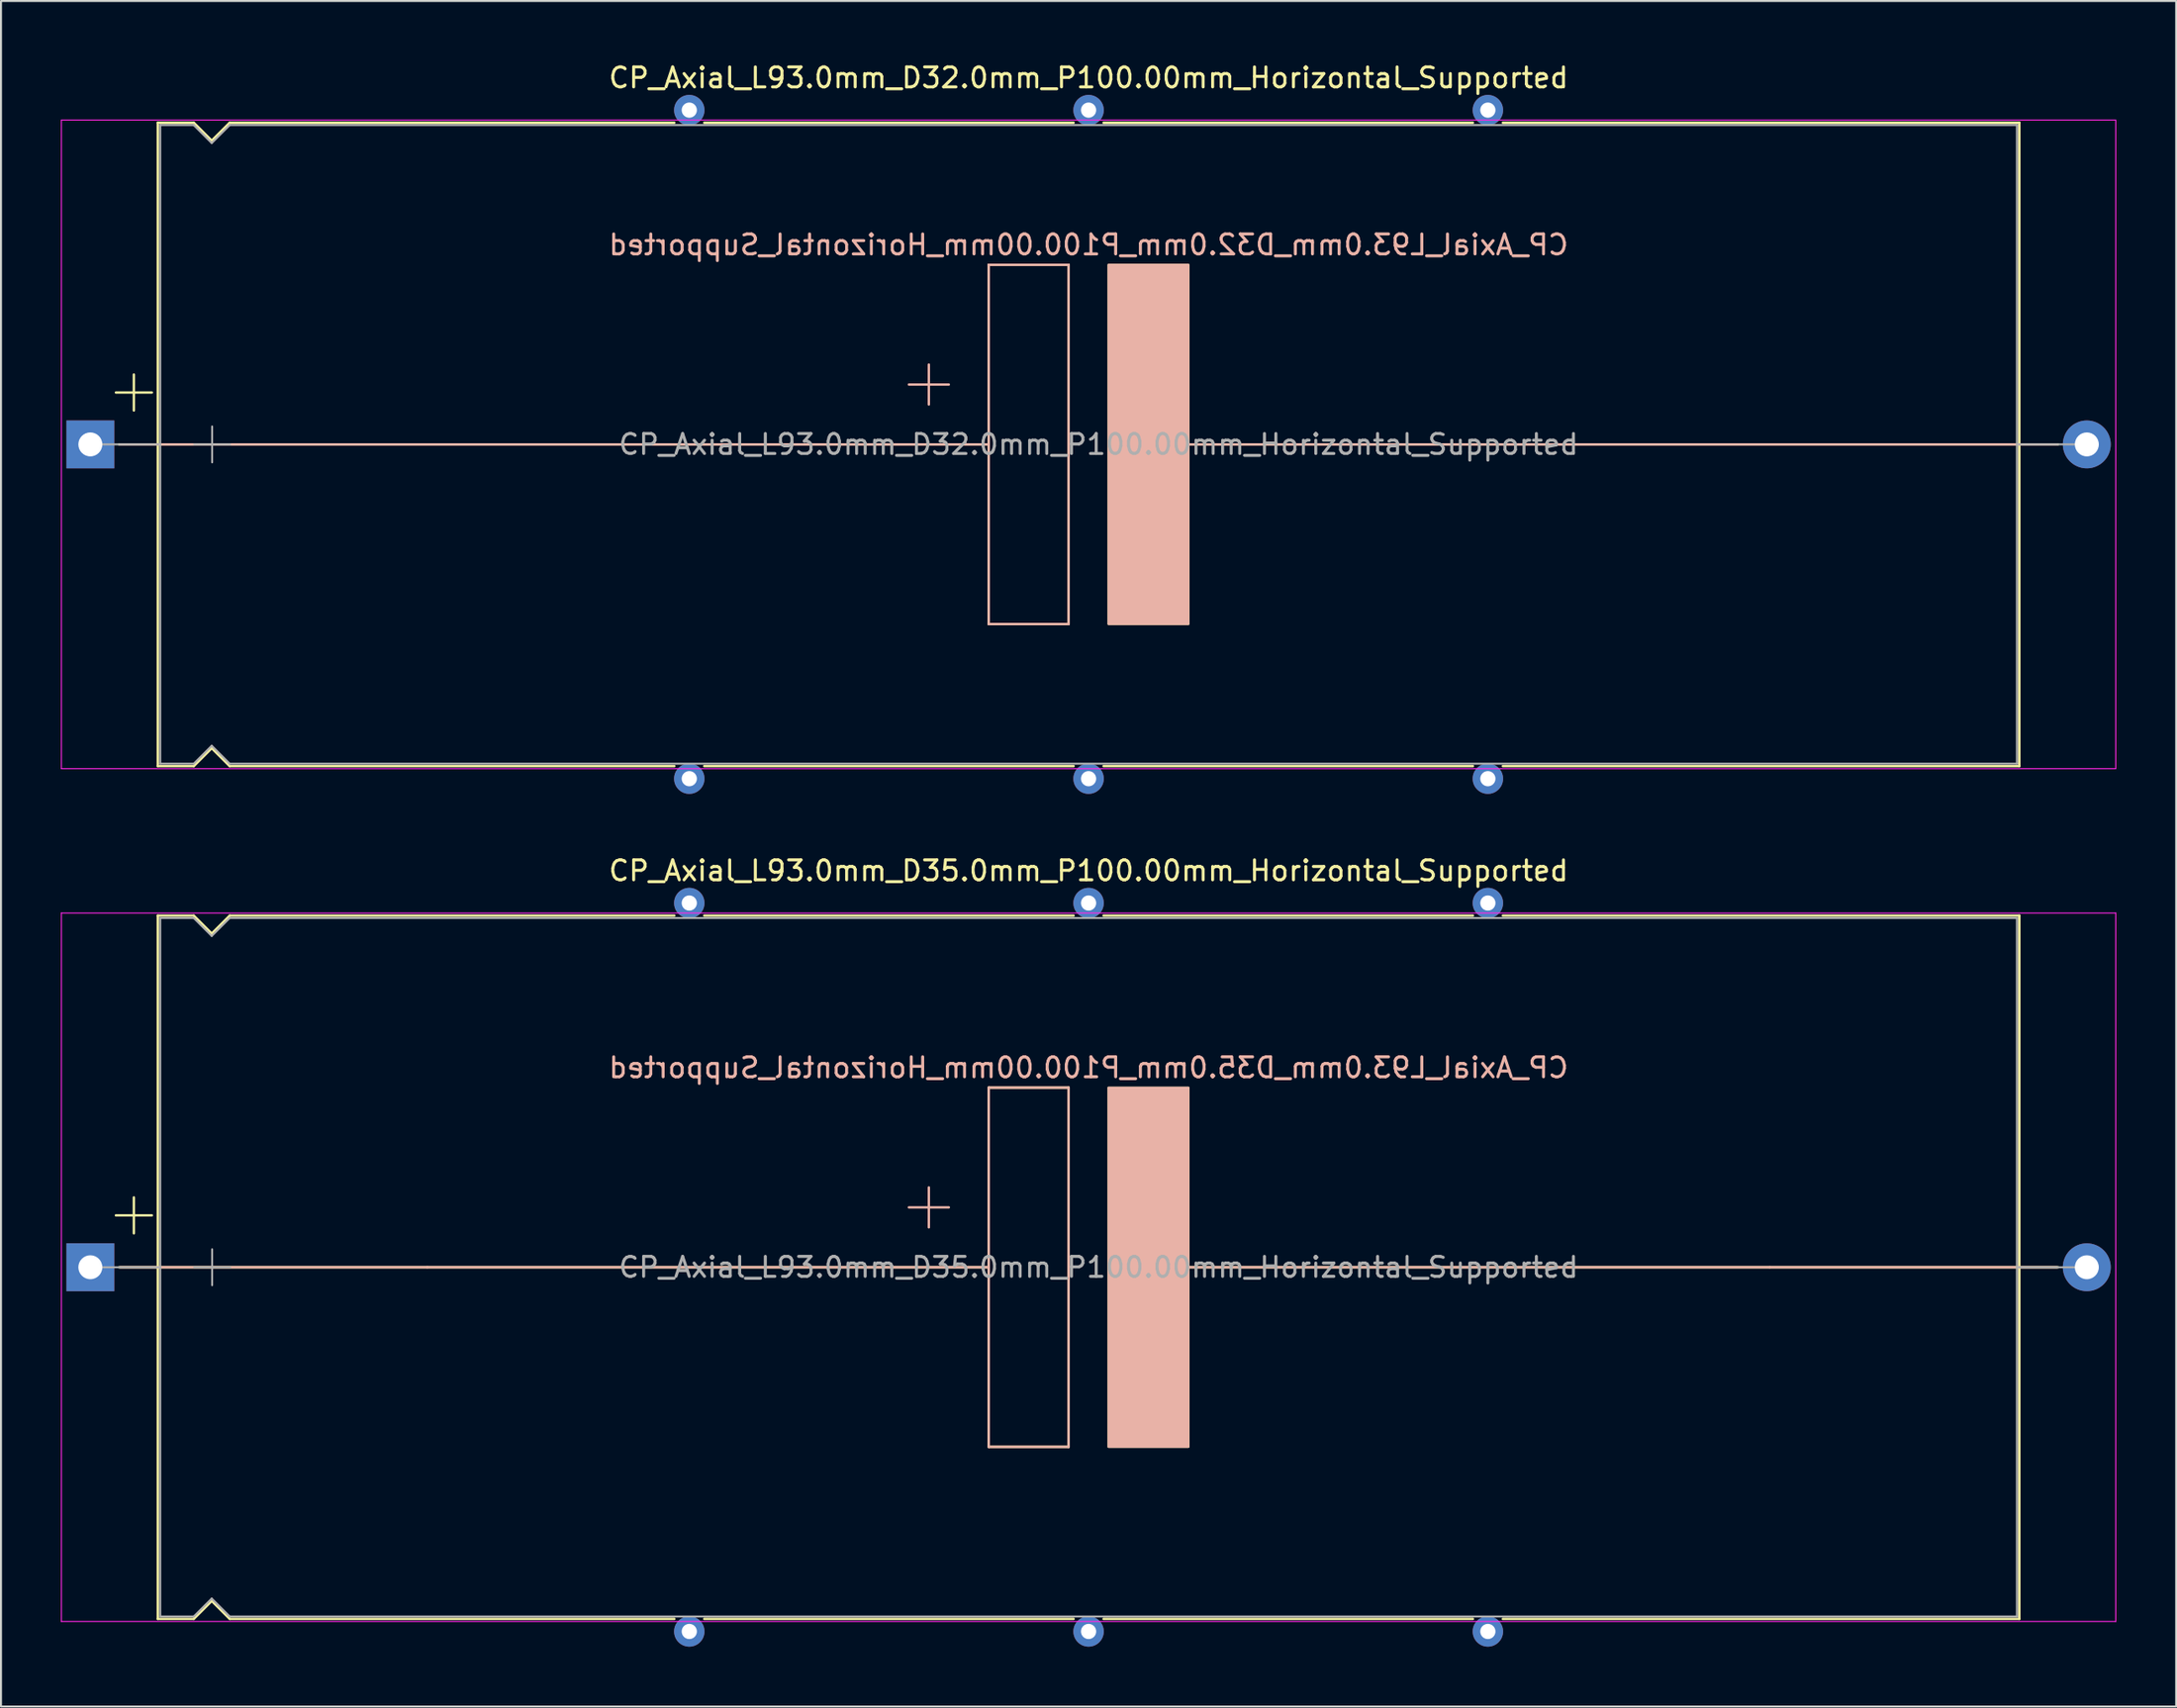
<source format=kicad_pcb>
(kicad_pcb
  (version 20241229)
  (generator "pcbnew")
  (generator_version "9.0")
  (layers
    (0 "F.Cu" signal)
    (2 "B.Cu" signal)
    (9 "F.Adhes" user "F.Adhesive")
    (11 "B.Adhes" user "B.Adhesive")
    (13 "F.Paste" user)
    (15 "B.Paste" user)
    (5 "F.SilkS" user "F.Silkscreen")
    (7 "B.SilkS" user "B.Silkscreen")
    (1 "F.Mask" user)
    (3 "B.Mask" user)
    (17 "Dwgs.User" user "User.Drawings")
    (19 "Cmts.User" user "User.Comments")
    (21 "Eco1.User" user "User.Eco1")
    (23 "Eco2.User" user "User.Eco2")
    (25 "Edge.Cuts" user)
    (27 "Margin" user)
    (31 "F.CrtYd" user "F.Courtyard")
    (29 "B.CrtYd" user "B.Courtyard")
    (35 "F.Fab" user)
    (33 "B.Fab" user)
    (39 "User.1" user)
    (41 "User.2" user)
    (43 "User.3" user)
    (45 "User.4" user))
  (footprint "CP_Axial_L93.0mm_D35.0mm_P100.00mm_Horizontal_Supported"
    (layer "F.Cu")
    (at 1.475 60.449)
    (property "Reference" "CP_Axial_L93.0mm_D35.0mm_P100.00mm_Horizontal_Supported" (at 50 -19.87 0) (layer "F.SilkS") (effects (font (size 1 1) (thickness 0.15))))
    (fp_line (start 1.28 -2.6) (end 3.08 -2.6) (stroke (width 0.12) (type solid)) (layer "F.SilkS"))
    (fp_line (start 1.44 0) (end 3.38 0) (stroke (width 0.12) (type solid)) (layer "F.SilkS"))
    (fp_line (start 2.18 -3.5) (end 2.18 -1.7) (stroke (width 0.12) (type solid)) (layer "F.SilkS"))
    (fp_line (start 3.365 0) (end 45 0) (stroke (width 0.12) (type solid)) (layer "F.SilkS"))
    (fp_line (start 3.38 -17.62) (end 3.38 17.62) (stroke (width 0.12) (type solid)) (layer "F.SilkS"))
    (fp_line (start 3.38 -17.62) (end 5.18 -17.62) (stroke (width 0.12) (type solid)) (layer "F.SilkS"))
    (fp_line (start 3.38 17.62) (end 5.18 17.62) (stroke (width 0.12) (type solid)) (layer "F.SilkS"))
    (fp_line (start 5.18 -17.62) (end 6.08 -16.72) (stroke (width 0.12) (type solid)) (layer "F.SilkS"))
    (fp_line (start 5.18 17.62) (end 6.08 16.72) (stroke (width 0.12) (type solid)) (layer "F.SilkS"))
    (fp_line (start 6.08 -16.72) (end 6.98 -17.62) (stroke (width 0.12) (type solid)) (layer "F.SilkS"))
    (fp_line (start 6.08 16.72) (end 6.98 17.62) (stroke (width 0.12) (type solid)) (layer "F.SilkS"))
    (fp_line (start 6.98 -17.62) (end 29.25 -17.62) (stroke (width 0.12) (type solid)) (layer "F.SilkS"))
    (fp_line (start 6.98 17.62) (end 29.25 17.62) (stroke (width 0.12) (type solid)) (layer "F.SilkS"))
    (fp_line (start 30.75 -17.62) (end 49.25 -17.62) (stroke (width 0.12) (type solid)) (layer "F.SilkS"))
    (fp_line (start 30.75 17.62) (end 49.25 17.62) (stroke (width 0.12) (type solid)) (layer "F.SilkS"))
    (fp_line (start 45 -9) (end 49 -9) (stroke (width 0.12) (type solid)) (layer "F.SilkS"))
    (fp_line (start 45 9) (end 45 -9) (stroke (width 0.12) (type solid)) (layer "F.SilkS"))
    (fp_line (start 49 -9) (end 49 9) (stroke (width 0.12) (type solid)) (layer "F.SilkS"))
    (fp_line (start 49 9) (end 45 9) (stroke (width 0.12) (type solid)) (layer "F.SilkS"))
    (fp_line (start 50.75 -17.62) (end 69.25 -17.62) (stroke (width 0.12) (type solid)) (layer "F.SilkS"))
    (fp_line (start 50.75 17.62) (end 69.25 17.62) (stroke (width 0.12) (type solid)) (layer "F.SilkS"))
    (fp_line (start 54.5 0) (end 96.62 0) (stroke (width 0.12) (type solid)) (layer "F.SilkS"))
    (fp_line (start 70.75 -17.62) (end 96.62 -17.62) (stroke (width 0.12) (type solid)) (layer "F.SilkS"))
    (fp_line (start 70.75 17.62) (end 96.62 17.62) (stroke (width 0.12) (type solid)) (layer "F.SilkS"))
    (fp_line (start 96.62 -17.62) (end 96.62 17.62) (stroke (width 0.12) (type solid)) (layer "F.SilkS"))
    (fp_line (start 98.56 0) (end 96.62 0) (stroke (width 0.12) (type solid)) (layer "F.SilkS"))
    (fp_poly (pts (xy 55 9) (xy 51 9) (xy 51 -9) (xy 55 -9)) (stroke (width 0.1) (type solid)) (fill yes) (layer "F.SilkS"))
    (fp_line (start 1.5 0) (end 16.88 0) (stroke (width 0.12) (type solid)) (layer "B.SilkS"))
    (fp_line (start 16.88 0) (end 45 0) (stroke (width 0.12) (type solid)) (layer "B.SilkS"))
    (fp_line (start 42 -2) (end 42 -4) (stroke (width 0.12) (type solid)) (layer "B.SilkS"))
    (fp_line (start 43 -3) (end 41 -3) (stroke (width 0.12) (type solid)) (layer "B.SilkS"))
    (fp_line (start 45 -9) (end 49 -9) (stroke (width 0.12) (type solid)) (layer "B.SilkS"))
    (fp_line (start 45 9) (end 45 -9) (stroke (width 0.12) (type solid)) (layer "B.SilkS"))
    (fp_line (start 49 -9) (end 49 9) (stroke (width 0.12) (type solid)) (layer "B.SilkS"))
    (fp_line (start 49 9) (end 45 9) (stroke (width 0.12) (type solid)) (layer "B.SilkS"))
    (fp_line (start 55 0) (end 84.12 0) (stroke (width 0.12) (type solid)) (layer "B.SilkS"))
    (fp_line (start 98.5 0) (end 84.12 0) (stroke (width 0.12) (type solid)) (layer "B.SilkS"))
    (fp_poly (pts (xy 55 9) (xy 51 9) (xy 51 -9) (xy 55 -9)) (stroke (width 0.1) (type solid)) (fill yes) (layer "B.SilkS"))
    (fp_line (start -1.45 -17.75) (end -1.45 17.75) (stroke (width 0.05) (type solid)) (layer "F.CrtYd"))
    (fp_line (start -1.45 17.75) (end 101.45 17.75) (stroke (width 0.05) (type solid)) (layer "F.CrtYd"))
    (fp_line (start 101.45 -17.75) (end -1.45 -17.75) (stroke (width 0.05) (type solid)) (layer "F.CrtYd"))
    (fp_line (start 101.45 17.75) (end 101.45 -17.75) (stroke (width 0.05) (type solid)) (layer "F.CrtYd"))
    (fp_line (start 0 0) (end 3.5 0) (stroke (width 0.1) (type solid)) (layer "F.Fab"))
    (fp_line (start 3.5 -17.5) (end 3.5 17.5) (stroke (width 0.1) (type solid)) (layer "F.Fab"))
    (fp_line (start 3.5 -17.5) (end 5.18 -17.5) (stroke (width 0.1) (type solid)) (layer "F.Fab"))
    (fp_line (start 3.5 17.5) (end 5.18 17.5) (stroke (width 0.1) (type solid)) (layer "F.Fab"))
    (fp_line (start 5.18 -17.5) (end 6.08 -16.6) (stroke (width 0.1) (type solid)) (layer "F.Fab"))
    (fp_line (start 5.18 17.5) (end 6.08 16.6) (stroke (width 0.1) (type solid)) (layer "F.Fab"))
    (fp_line (start 5.2 0) (end 7 0) (stroke (width 0.1) (type solid)) (layer "F.Fab"))
    (fp_line (start 6.08 -16.6) (end 6.98 -17.5) (stroke (width 0.1) (type solid)) (layer "F.Fab"))
    (fp_line (start 6.08 16.6) (end 6.98 17.5) (stroke (width 0.1) (type solid)) (layer "F.Fab"))
    (fp_line (start 6.1 -0.9) (end 6.1 0.9) (stroke (width 0.1) (type solid)) (layer "F.Fab"))
    (fp_line (start 6.98 -17.5) (end 96.5 -17.5) (stroke (width 0.1) (type solid)) (layer "F.Fab"))
    (fp_line (start 6.98 17.5) (end 96.5 17.5) (stroke (width 0.1) (type solid)) (layer "F.Fab"))
    (fp_line (start 96.5 -17.5) (end 96.5 17.5) (stroke (width 0.1) (type solid)) (layer "F.Fab"))
    (fp_line (start 100 0) (end 96.5 0) (stroke (width 0.1) (type solid)) (layer "F.Fab"))
    (fp_text user "${REFERENCE}" (at 50 -10 0) (layer "B.SilkS") (effects (font (size 1 1) (thickness 0.15)) (justify mirror)))
    (fp_text user "${REFERENCE}" (at 50.5 0 0) (layer "F.Fab") (effects (font (size 1 1) (thickness 0.15))))
    (pad "" thru_hole circle (at 30 -18.25) (size 1.524 1.524) (drill 0.762) (layers "*.Cu" "*.Mask"))
    (pad "" thru_hole circle (at 30 18.25) (size 1.524 1.524) (drill 0.762) (layers "*.Cu" "*.Mask"))
    (pad "" thru_hole circle (at 50 -18.25) (size 1.524 1.524) (drill 0.762) (layers "*.Cu" "*.Mask"))
    (pad "" thru_hole circle (at 50 18.25) (size 1.524 1.524) (drill 0.762) (layers "*.Cu" "*.Mask"))
    (pad "" thru_hole circle (at 70 -18.25) (size 1.524 1.524) (drill 0.762) (layers "*.Cu" "*.Mask"))
    (pad "" thru_hole circle (at 70 18.25) (size 1.524 1.524) (drill 0.762) (layers "*.Cu" "*.Mask"))
    (pad "1" thru_hole rect (at 0 0) (size 2.4 2.4) (drill 1.2) (layers "*.Cu" "*.Mask"))
    (pad "2" thru_hole oval (at 100 0) (size 2.4 2.4) (drill 1.2) (layers "*.Cu" "*.Mask")))
  (footprint "CP_Axial_L93.0mm_D32.0mm_P100.00mm_Horizontal_Supported"
    (layer "F.Cu")
    (at 1.475 19.218)
    (property "Reference" "CP_Axial_L93.0mm_D32.0mm_P100.00mm_Horizontal_Supported" (at 50 -18.37 0) (layer "F.SilkS") (effects (font (size 1 1) (thickness 0.15))))
    (fp_line (start 1.28 -2.6) (end 3.08 -2.6) (stroke (width 0.12) (type solid)) (layer "F.SilkS"))
    (fp_line (start 1.44 0) (end 3.38 0) (stroke (width 0.12) (type solid)) (layer "F.SilkS"))
    (fp_line (start 2.18 -3.5) (end 2.18 -1.7) (stroke (width 0.12) (type solid)) (layer "F.SilkS"))
    (fp_line (start 3.38 -16.12) (end 3.38 16.12) (stroke (width 0.12) (type solid)) (layer "F.SilkS"))
    (fp_line (start 3.38 -16.12) (end 5.18 -16.12) (stroke (width 0.12) (type solid)) (layer "F.SilkS"))
    (fp_line (start 3.38 0) (end 45 0) (stroke (width 0.12) (type solid)) (layer "F.SilkS"))
    (fp_line (start 3.38 16.12) (end 5.18 16.12) (stroke (width 0.12) (type solid)) (layer "F.SilkS"))
    (fp_line (start 5.18 -16.12) (end 6.08 -15.22) (stroke (width 0.12) (type solid)) (layer "F.SilkS"))
    (fp_line (start 5.18 16.12) (end 6.08 15.22) (stroke (width 0.12) (type solid)) (layer "F.SilkS"))
    (fp_line (start 6.08 -15.22) (end 6.98 -16.12) (stroke (width 0.12) (type solid)) (layer "F.SilkS"))
    (fp_line (start 6.08 15.22) (end 6.98 16.12) (stroke (width 0.12) (type solid)) (layer "F.SilkS"))
    (fp_line (start 6.98 -16.12) (end 29.25 -16.12) (stroke (width 0.12) (type solid)) (layer "F.SilkS"))
    (fp_line (start 6.98 16.12) (end 29.25 16.12) (stroke (width 0.12) (type solid)) (layer "F.SilkS"))
    (fp_line (start 30.75 -16.12) (end 49.25 -16.12) (stroke (width 0.12) (type solid)) (layer "F.SilkS"))
    (fp_line (start 30.75 16.12) (end 49.25 16.12) (stroke (width 0.12) (type solid)) (layer "F.SilkS"))
    (fp_line (start 45 -9) (end 49 -9) (stroke (width 0.12) (type solid)) (layer "F.SilkS"))
    (fp_line (start 45 9) (end 45 -9) (stroke (width 0.12) (type solid)) (layer "F.SilkS"))
    (fp_line (start 49 -9) (end 49 9) (stroke (width 0.12) (type solid)) (layer "F.SilkS"))
    (fp_line (start 49 9) (end 45 9) (stroke (width 0.12) (type solid)) (layer "F.SilkS"))
    (fp_line (start 50.75 -16.12) (end 69.25 -16.12) (stroke (width 0.12) (type solid)) (layer "F.SilkS"))
    (fp_line (start 50.75 16.12) (end 69.25 16.12) (stroke (width 0.12) (type solid)) (layer "F.SilkS"))
    (fp_line (start 54.5 0) (end 96.62 0) (stroke (width 0.12) (type solid)) (layer "F.SilkS"))
    (fp_line (start 70.75 -16.12) (end 96.62 -16.12) (stroke (width 0.12) (type solid)) (layer "F.SilkS"))
    (fp_line (start 70.75 16.12) (end 96.62 16.12) (stroke (width 0.12) (type solid)) (layer "F.SilkS"))
    (fp_line (start 96.62 -16.12) (end 96.62 16.12) (stroke (width 0.12) (type solid)) (layer "F.SilkS"))
    (fp_line (start 98.56 0) (end 96.62 0) (stroke (width 0.12) (type solid)) (layer "F.SilkS"))
    (fp_poly (pts (xy 55 9) (xy 51 9) (xy 51 -9) (xy 55 -9)) (stroke (width 0.1) (type solid)) (fill yes) (layer "F.SilkS"))
    (fp_line (start 1.5 0) (end 16.88 0) (stroke (width 0.12) (type solid)) (layer "B.SilkS"))
    (fp_line (start 16.88 0) (end 45 0) (stroke (width 0.12) (type solid)) (layer "B.SilkS"))
    (fp_line (start 42 -2) (end 42 -4) (stroke (width 0.12) (type solid)) (layer "B.SilkS"))
    (fp_line (start 43 -3) (end 41 -3) (stroke (width 0.12) (type solid)) (layer "B.SilkS"))
    (fp_line (start 45 -9) (end 49 -9) (stroke (width 0.12) (type solid)) (layer "B.SilkS"))
    (fp_line (start 45 9) (end 45 -9) (stroke (width 0.12) (type solid)) (layer "B.SilkS"))
    (fp_line (start 49 -9) (end 49 9) (stroke (width 0.12) (type solid)) (layer "B.SilkS"))
    (fp_line (start 49 9) (end 45 9) (stroke (width 0.12) (type solid)) (layer "B.SilkS"))
    (fp_line (start 55 0) (end 84.12 0) (stroke (width 0.12) (type solid)) (layer "B.SilkS"))
    (fp_line (start 98.5 0) (end 84.12 0) (stroke (width 0.12) (type solid)) (layer "B.SilkS"))
    (fp_poly (pts (xy 55 9) (xy 51 9) (xy 51 -9) (xy 55 -9)) (stroke (width 0.1) (type solid)) (fill yes) (layer "B.SilkS"))
    (fp_line (start -1.45 -16.25) (end -1.45 16.25) (stroke (width 0.05) (type solid)) (layer "F.CrtYd"))
    (fp_line (start -1.45 16.25) (end 101.45 16.25) (stroke (width 0.05) (type solid)) (layer "F.CrtYd"))
    (fp_line (start 101.45 -16.25) (end -1.45 -16.25) (stroke (width 0.05) (type solid)) (layer "F.CrtYd"))
    (fp_line (start 101.45 16.25) (end 101.45 -16.25) (stroke (width 0.05) (type solid)) (layer "F.CrtYd"))
    (fp_line (start 0 0) (end 3.5 0) (stroke (width 0.1) (type solid)) (layer "F.Fab"))
    (fp_line (start 3.5 -16) (end 3.5 16) (stroke (width 0.1) (type solid)) (layer "F.Fab"))
    (fp_line (start 3.5 -16) (end 5.18 -16) (stroke (width 0.1) (type solid)) (layer "F.Fab"))
    (fp_line (start 3.5 16) (end 5.18 16) (stroke (width 0.1) (type solid)) (layer "F.Fab"))
    (fp_line (start 5.18 -16) (end 6.08 -15.1) (stroke (width 0.1) (type solid)) (layer "F.Fab"))
    (fp_line (start 5.18 16) (end 6.08 15.1) (stroke (width 0.1) (type solid)) (layer "F.Fab"))
    (fp_line (start 5.2 0) (end 7 0) (stroke (width 0.1) (type solid)) (layer "F.Fab"))
    (fp_line (start 6.08 -15.1) (end 6.98 -16) (stroke (width 0.1) (type solid)) (layer "F.Fab"))
    (fp_line (start 6.08 15.1) (end 6.98 16) (stroke (width 0.1) (type solid)) (layer "F.Fab"))
    (fp_line (start 6.1 -0.9) (end 6.1 0.9) (stroke (width 0.1) (type solid)) (layer "F.Fab"))
    (fp_line (start 6.98 -16) (end 96.5 -16) (stroke (width 0.1) (type solid)) (layer "F.Fab"))
    (fp_line (start 6.98 16) (end 96.5 16) (stroke (width 0.1) (type solid)) (layer "F.Fab"))
    (fp_line (start 96.5 -16) (end 96.5 16) (stroke (width 0.1) (type solid)) (layer "F.Fab"))
    (fp_line (start 100 0) (end 96.5 0) (stroke (width 0.1) (type solid)) (layer "F.Fab"))
    (fp_text user "${REFERENCE}" (at 50 -10 0) (layer "B.SilkS") (effects (font (size 1 1) (thickness 0.15)) (justify mirror)))
    (fp_text user "${REFERENCE}" (at 50.5 0 0) (layer "F.Fab") (effects (font (size 1 1) (thickness 0.15))))
    (pad "" thru_hole circle (at 30 -16.75) (size 1.524 1.524) (drill 0.762) (layers "*.Cu" "*.Mask"))
    (pad "" thru_hole circle (at 30 16.75) (size 1.524 1.524) (drill 0.762) (layers "*.Cu" "*.Mask"))
    (pad "" thru_hole circle (at 50 -16.75) (size 1.524 1.524) (drill 0.762) (layers "*.Cu" "*.Mask"))
    (pad "" thru_hole circle (at 50 16.75) (size 1.524 1.524) (drill 0.762) (layers "*.Cu" "*.Mask"))
    (pad "" thru_hole circle (at 70 -16.75) (size 1.524 1.524) (drill 0.762) (layers "*.Cu" "*.Mask"))
    (pad "" thru_hole circle (at 70 16.75) (size 1.524 1.524) (drill 0.762) (layers "*.Cu" "*.Mask"))
    (pad "1" thru_hole rect (at 0 0) (size 2.4 2.4) (drill 1.2) (layers "*.Cu" "*.Mask"))
    (pad "2" thru_hole oval (at 100 0) (size 2.4 2.4) (drill 1.2) (layers "*.Cu" "*.Mask")))
  (gr_rect
    (start -3 -3)
    (end 105.95 82.46)
    (stroke (width 0.1) (type default))
    (fill no)
    (layer "Edge.Cuts")))
</source>
